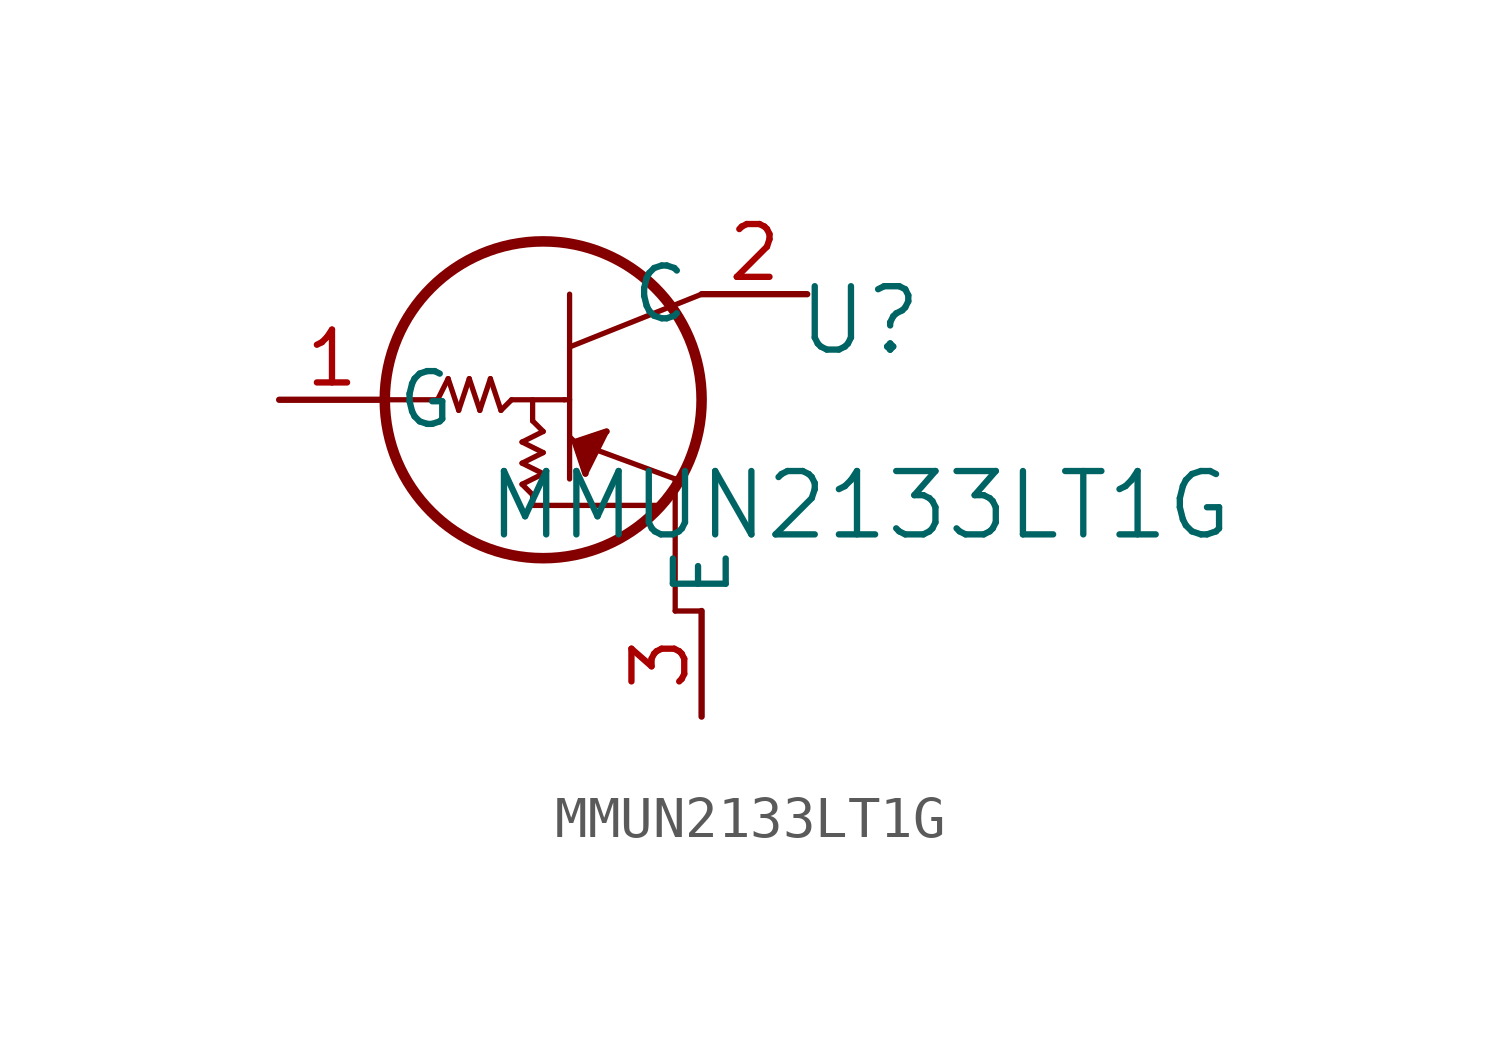
<source format=kicad_sym>
(kicad_symbol_lib
  (version 20211014)
  (generator kicad_symbol_editor)
  (symbol "MMUN2133LT1G"
    (pin_names
      (offset 0.254))
    (property "Reference" "U"
      (at 13.97 1.905 0)
      (effects (font (size 1.524 1.524))))
    (property "Value" "MMUN2133LT1G"
      (at 13.97 -2.54 0)
      (effects (font (size 1.524 1.524))))
    (symbol "MMUN2133LT1G_0_1"
      (polyline (pts (xy 6.985 2.54) (xy 6.985 -1.905)) (stroke (width 0.127) (type default) (color 0 0 0 0)) (fill (type none)))
      (polyline (pts (xy 9.525 -5.08) (xy 9.525 -1.905)) (stroke (width 0.127) (type default) (color 0 0 0 0)) (fill (type none)))
      (circle (center 6.35 0) (radius 3.81) (stroke (width 0.254) (type default) (color 0 0 0 0)) (fill (type none)))
      (polyline (pts (xy 10.16 2.54) (xy 6.985 1.27)) (stroke (width 0.127) (type default) (color 0 0 0 0)) (fill (type none)))
      (polyline (pts (xy 9.525 -1.905) (xy 7.112 -1.016)) (stroke (width 0.127) (type default) (color 0 0 0 0)) (fill (type none)))
      (polyline (pts (xy 7.112 -1.016) (xy 7.366 -1.778)) (stroke (width 0.127) (type default) (color 0 0 0 0)) (fill (type none)))
      (polyline (pts (xy 7.366 -1.778) (xy 7.874 -0.762)) (stroke (width 0.127) (type default) (color 0 0 0 0)) (fill (type none)))
      (polyline (pts (xy 7.874 -0.762) (xy 7.112 -1.016)) (stroke (width 0.127) (type default) (color 0 0 0 0)) (fill (type none)))
      (polyline (pts (xy 7.366 -1.778) (xy 7.112 -1.016) (xy 7.874 -0.762)) (stroke (width 0) (type default) (color 0 0 0 0)) (fill (type outline)))
      (polyline (pts (xy 7.112 -1.016) (xy 6.985 -0.889)) (stroke (width 0.127) (type default) (color 0 0 0 0)) (fill (type none)))
      (polyline (pts (xy 2.54 0) (xy 3.81 0)) (stroke (width 0.127) (type default) (color 0 0 0 0)) (fill (type none)))
      (polyline (pts (xy 3.81 0) (xy 4.064 0.508)) (stroke (width 0.127) (type default) (color 0 0 0 0)) (fill (type none)))
      (polyline (pts (xy 4.064 0.508) (xy 4.318 -0.254)) (stroke (width 0.127) (type default) (color 0 0 0 0)) (fill (type none)))
      (polyline (pts (xy 4.318 -0.254) (xy 4.572 0.508)) (stroke (width 0.127) (type default) (color 0 0 0 0)) (fill (type none)))
      (polyline (pts (xy 4.572 0.508) (xy 4.826 -0.254)) (stroke (width 0.127) (type default) (color 0 0 0 0)) (fill (type none)))
      (polyline (pts (xy 4.826 -0.254) (xy 5.08 0.508)) (stroke (width 0.127) (type default) (color 0 0 0 0)) (fill (type none)))
      (polyline (pts (xy 5.08 0.508) (xy 5.334 -0.254)) (stroke (width 0.127) (type default) (color 0 0 0 0)) (fill (type none)))
      (polyline (pts (xy 5.334 -0.254) (xy 5.588 0)) (stroke (width 0.127) (type default) (color 0 0 0 0)) (fill (type none)))
      (polyline (pts (xy 5.588 0) (xy 6.858 0)) (stroke (width 0.127) (type default) (color 0 0 0 0)) (fill (type none)))
      (polyline (pts (xy 6.858 0) (xy 6.985 0)) (stroke (width 0.127) (type default) (color 0 0 0 0)) (fill (type none)))
      (polyline (pts (xy 6.096 0) (xy 6.096 -0.508)) (stroke (width 0.127) (type default) (color 0 0 0 0)) (fill (type none)))
      (polyline (pts (xy 6.096 -0.508) (xy 6.35 -0.762)) (stroke (width 0.127) (type default) (color 0 0 0 0)) (fill (type none)))
      (polyline (pts (xy 6.35 -0.762) (xy 5.842 -1.016)) (stroke (width 0.127) (type default) (color 0 0 0 0)) (fill (type none)))
      (polyline (pts (xy 5.842 -1.016) (xy 6.35 -1.27)) (stroke (width 0.127) (type default) (color 0 0 0 0)) (fill (type none)))
      (polyline (pts (xy 6.35 -1.27) (xy 5.842 -1.524)) (stroke (width 0.127) (type default) (color 0 0 0 0)) (fill (type none)))
      (polyline (pts (xy 5.842 -1.524) (xy 6.35 -1.778)) (stroke (width 0.127) (type default) (color 0 0 0 0)) (fill (type none)))
      (polyline (pts (xy 6.35 -1.778) (xy 5.842 -2.032)) (stroke (width 0.127) (type default) (color 0 0 0 0)) (fill (type none)))
      (polyline (pts (xy 5.842 -2.032) (xy 6.096 -2.286)) (stroke (width 0.127) (type default) (color 0 0 0 0)) (fill (type none)))
      (polyline (pts (xy 6.096 -2.286) (xy 6.096 -2.54)) (stroke (width 0.127) (type default) (color 0 0 0 0)) (fill (type none)))
      (polyline (pts (xy 6.096 -2.54) (xy 9.144 -2.54)) (stroke (width 0.127) (type default) (color 0 0 0 0)) (fill (type none)))
      (polyline (pts (xy 10.16 -5.08) (xy 9.525 -5.08)) (stroke (width 0.127) (type default) (color 0 0 0 0)) (fill (type none)))
      (pin unspecified line (at 0 0 0) (length 2.54) (name "G" (effects (font (size 1.27 1.27)))) (number "1" (effects (font (size 1.27 1.27)))))
      (pin unspecified line (at 12.7 2.54 180) (length 2.54) (name "C" (effects (font (size 1.27 1.27)))) (number "2" (effects (font (size 1.27 1.27)))))
      (pin unspecified line (at 10.16 -7.62 90) (length 2.54) (name "E" (effects (font (size 1.27 1.27)))) (number "3" (effects (font (size 1.27 1.27))))))))
</source>
